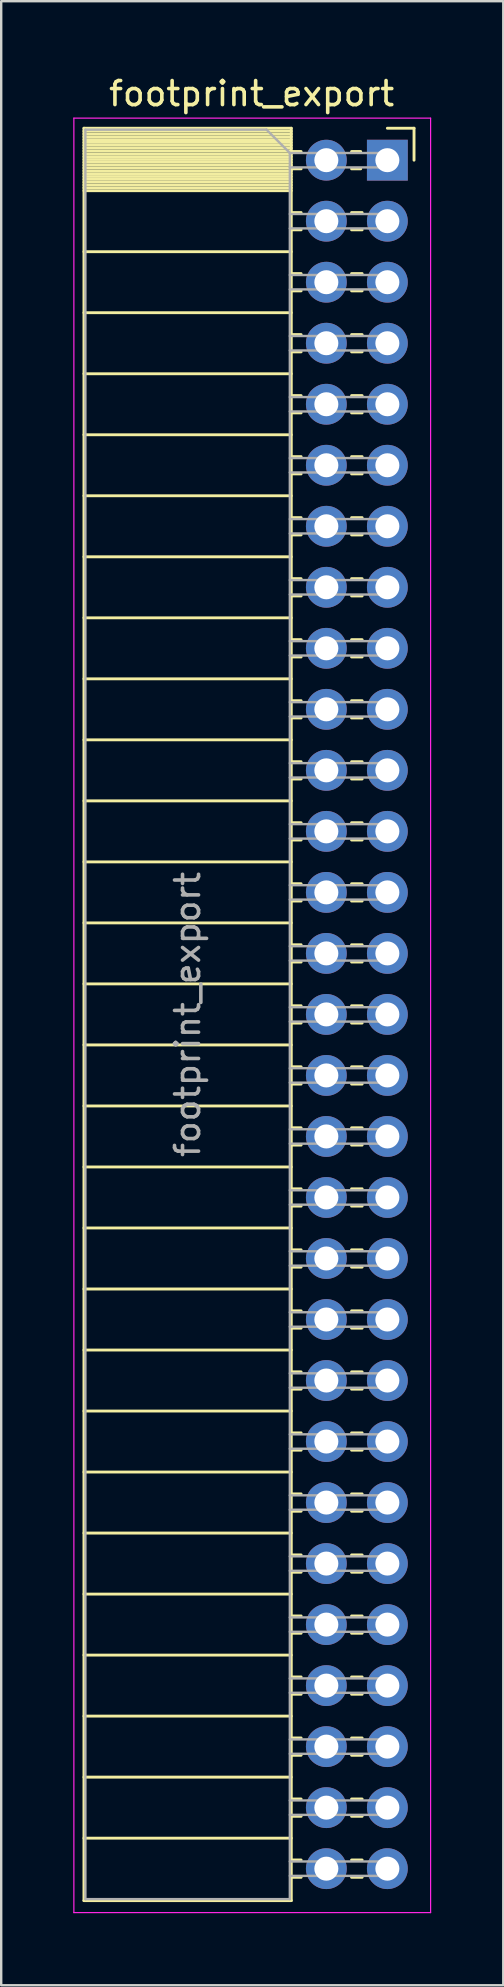
<source format=kicad_pcb>
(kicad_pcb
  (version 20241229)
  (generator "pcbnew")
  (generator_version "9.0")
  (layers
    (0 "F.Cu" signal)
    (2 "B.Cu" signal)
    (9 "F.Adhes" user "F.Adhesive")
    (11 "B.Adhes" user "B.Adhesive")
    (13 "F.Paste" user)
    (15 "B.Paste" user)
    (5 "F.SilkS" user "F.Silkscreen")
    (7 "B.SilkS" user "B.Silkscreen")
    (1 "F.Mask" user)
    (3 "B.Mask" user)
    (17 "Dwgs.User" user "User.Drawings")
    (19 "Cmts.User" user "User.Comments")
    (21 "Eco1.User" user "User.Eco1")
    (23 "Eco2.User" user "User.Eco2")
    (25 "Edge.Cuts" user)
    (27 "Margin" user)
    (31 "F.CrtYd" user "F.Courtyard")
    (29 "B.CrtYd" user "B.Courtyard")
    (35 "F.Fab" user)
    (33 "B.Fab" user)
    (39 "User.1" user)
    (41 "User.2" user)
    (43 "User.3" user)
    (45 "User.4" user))
  (footprint "footprint_export"
    (layer "F.Cu")
    (at 13.075 3.618)
    (property "Reference" "footprint_export" (at -5.65 -2.77 0) (layer "F.SilkS") (effects (font (size 1 1) (thickness 0.15))))
    (attr through_hole)
    (fp_line (start -12.63 -1.33) (end -12.63 72.45) (stroke (width 0.12) (type solid)) (layer "F.SilkS"))
    (fp_line (start -12.63 -1.33) (end -4 -1.33) (stroke (width 0.12) (type solid)) (layer "F.SilkS"))
    (fp_line (start -12.63 -1.21) (end -4 -1.21) (stroke (width 0.12) (type solid)) (layer "F.SilkS"))
    (fp_line (start -12.63 -1.092) (end -4 -1.092) (stroke (width 0.12) (type solid)) (layer "F.SilkS"))
    (fp_line (start -12.63 -0.974) (end -4 -0.974) (stroke (width 0.12) (type solid)) (layer "F.SilkS"))
    (fp_line (start -12.63 -0.856) (end -4 -0.856) (stroke (width 0.12) (type solid)) (layer "F.SilkS"))
    (fp_line (start -12.63 -0.738) (end -4 -0.738) (stroke (width 0.12) (type solid)) (layer "F.SilkS"))
    (fp_line (start -12.63 -0.62) (end -4 -0.62) (stroke (width 0.12) (type solid)) (layer "F.SilkS"))
    (fp_line (start -12.63 -0.501) (end -4 -0.501) (stroke (width 0.12) (type solid)) (layer "F.SilkS"))
    (fp_line (start -12.63 -0.383) (end -4 -0.383) (stroke (width 0.12) (type solid)) (layer "F.SilkS"))
    (fp_line (start -12.63 -0.265) (end -4 -0.265) (stroke (width 0.12) (type solid)) (layer "F.SilkS"))
    (fp_line (start -12.63 -0.147) (end -4 -0.147) (stroke (width 0.12) (type solid)) (layer "F.SilkS"))
    (fp_line (start -12.63 -0.029) (end -4 -0.029) (stroke (width 0.12) (type solid)) (layer "F.SilkS"))
    (fp_line (start -12.63 0.089) (end -4 0.089) (stroke (width 0.12) (type solid)) (layer "F.SilkS"))
    (fp_line (start -12.63 0.207) (end -4 0.207) (stroke (width 0.12) (type solid)) (layer "F.SilkS"))
    (fp_line (start -12.63 0.325) (end -4 0.325) (stroke (width 0.12) (type solid)) (layer "F.SilkS"))
    (fp_line (start -12.63 0.443) (end -4 0.443) (stroke (width 0.12) (type solid)) (layer "F.SilkS"))
    (fp_line (start -12.63 0.561) (end -4 0.561) (stroke (width 0.12) (type solid)) (layer "F.SilkS"))
    (fp_line (start -12.63 0.68) (end -4 0.68) (stroke (width 0.12) (type solid)) (layer "F.SilkS"))
    (fp_line (start -12.63 0.798) (end -4 0.798) (stroke (width 0.12) (type solid)) (layer "F.SilkS"))
    (fp_line (start -12.63 0.916) (end -4 0.916) (stroke (width 0.12) (type solid)) (layer "F.SilkS"))
    (fp_line (start -12.63 1.034) (end -4 1.034) (stroke (width 0.12) (type solid)) (layer "F.SilkS"))
    (fp_line (start -12.63 1.152) (end -4 1.152) (stroke (width 0.12) (type solid)) (layer "F.SilkS"))
    (fp_line (start -12.63 1.27) (end -4 1.27) (stroke (width 0.12) (type solid)) (layer "F.SilkS"))
    (fp_line (start -12.63 3.81) (end -4 3.81) (stroke (width 0.12) (type solid)) (layer "F.SilkS"))
    (fp_line (start -12.63 6.35) (end -4 6.35) (stroke (width 0.12) (type solid)) (layer "F.SilkS"))
    (fp_line (start -12.63 8.89) (end -4 8.89) (stroke (width 0.12) (type solid)) (layer "F.SilkS"))
    (fp_line (start -12.63 11.43) (end -4 11.43) (stroke (width 0.12) (type solid)) (layer "F.SilkS"))
    (fp_line (start -12.63 13.97) (end -4 13.97) (stroke (width 0.12) (type solid)) (layer "F.SilkS"))
    (fp_line (start -12.63 16.51) (end -4 16.51) (stroke (width 0.12) (type solid)) (layer "F.SilkS"))
    (fp_line (start -12.63 19.05) (end -4 19.05) (stroke (width 0.12) (type solid)) (layer "F.SilkS"))
    (fp_line (start -12.63 21.59) (end -4 21.59) (stroke (width 0.12) (type solid)) (layer "F.SilkS"))
    (fp_line (start -12.63 24.13) (end -4 24.13) (stroke (width 0.12) (type solid)) (layer "F.SilkS"))
    (fp_line (start -12.63 26.67) (end -4 26.67) (stroke (width 0.12) (type solid)) (layer "F.SilkS"))
    (fp_line (start -12.63 29.21) (end -4 29.21) (stroke (width 0.12) (type solid)) (layer "F.SilkS"))
    (fp_line (start -12.63 31.75) (end -4 31.75) (stroke (width 0.12) (type solid)) (layer "F.SilkS"))
    (fp_line (start -12.63 34.29) (end -4 34.29) (stroke (width 0.12) (type solid)) (layer "F.SilkS"))
    (fp_line (start -12.63 36.83) (end -4 36.83) (stroke (width 0.12) (type solid)) (layer "F.SilkS"))
    (fp_line (start -12.63 39.37) (end -4 39.37) (stroke (width 0.12) (type solid)) (layer "F.SilkS"))
    (fp_line (start -12.63 41.91) (end -4 41.91) (stroke (width 0.12) (type solid)) (layer "F.SilkS"))
    (fp_line (start -12.63 44.45) (end -4 44.45) (stroke (width 0.12) (type solid)) (layer "F.SilkS"))
    (fp_line (start -12.63 46.99) (end -4 46.99) (stroke (width 0.12) (type solid)) (layer "F.SilkS"))
    (fp_line (start -12.63 49.53) (end -4 49.53) (stroke (width 0.12) (type solid)) (layer "F.SilkS"))
    (fp_line (start -12.63 52.07) (end -4 52.07) (stroke (width 0.12) (type solid)) (layer "F.SilkS"))
    (fp_line (start -12.63 54.61) (end -4 54.61) (stroke (width 0.12) (type solid)) (layer "F.SilkS"))
    (fp_line (start -12.63 57.15) (end -4 57.15) (stroke (width 0.12) (type solid)) (layer "F.SilkS"))
    (fp_line (start -12.63 59.69) (end -4 59.69) (stroke (width 0.12) (type solid)) (layer "F.SilkS"))
    (fp_line (start -12.63 62.23) (end -4 62.23) (stroke (width 0.12) (type solid)) (layer "F.SilkS"))
    (fp_line (start -12.63 64.77) (end -4 64.77) (stroke (width 0.12) (type solid)) (layer "F.SilkS"))
    (fp_line (start -12.63 67.31) (end -4 67.31) (stroke (width 0.12) (type solid)) (layer "F.SilkS"))
    (fp_line (start -12.63 69.85) (end -4 69.85) (stroke (width 0.12) (type solid)) (layer "F.SilkS"))
    (fp_line (start -12.63 72.45) (end -4 72.45) (stroke (width 0.12) (type solid)) (layer "F.SilkS"))
    (fp_line (start -4 -1.33) (end -4 72.45) (stroke (width 0.12) (type solid)) (layer "F.SilkS"))
    (fp_line (start -4 -0.36) (end -3.59 -0.36) (stroke (width 0.12) (type solid)) (layer "F.SilkS"))
    (fp_line (start -4 0.36) (end -3.59 0.36) (stroke (width 0.12) (type solid)) (layer "F.SilkS"))
    (fp_line (start -4 2.18) (end -3.59 2.18) (stroke (width 0.12) (type solid)) (layer "F.SilkS"))
    (fp_line (start -4 2.9) (end -3.59 2.9) (stroke (width 0.12) (type solid)) (layer "F.SilkS"))
    (fp_line (start -4 4.72) (end -3.59 4.72) (stroke (width 0.12) (type solid)) (layer "F.SilkS"))
    (fp_line (start -4 5.44) (end -3.59 5.44) (stroke (width 0.12) (type solid)) (layer "F.SilkS"))
    (fp_line (start -4 7.26) (end -3.59 7.26) (stroke (width 0.12) (type solid)) (layer "F.SilkS"))
    (fp_line (start -4 7.98) (end -3.59 7.98) (stroke (width 0.12) (type solid)) (layer "F.SilkS"))
    (fp_line (start -4 9.8) (end -3.59 9.8) (stroke (width 0.12) (type solid)) (layer "F.SilkS"))
    (fp_line (start -4 10.52) (end -3.59 10.52) (stroke (width 0.12) (type solid)) (layer "F.SilkS"))
    (fp_line (start -4 12.34) (end -3.59 12.34) (stroke (width 0.12) (type solid)) (layer "F.SilkS"))
    (fp_line (start -4 13.06) (end -3.59 13.06) (stroke (width 0.12) (type solid)) (layer "F.SilkS"))
    (fp_line (start -4 14.88) (end -3.59 14.88) (stroke (width 0.12) (type solid)) (layer "F.SilkS"))
    (fp_line (start -4 15.6) (end -3.59 15.6) (stroke (width 0.12) (type solid)) (layer "F.SilkS"))
    (fp_line (start -4 17.42) (end -3.59 17.42) (stroke (width 0.12) (type solid)) (layer "F.SilkS"))
    (fp_line (start -4 18.14) (end -3.59 18.14) (stroke (width 0.12) (type solid)) (layer "F.SilkS"))
    (fp_line (start -4 19.96) (end -3.59 19.96) (stroke (width 0.12) (type solid)) (layer "F.SilkS"))
    (fp_line (start -4 20.68) (end -3.59 20.68) (stroke (width 0.12) (type solid)) (layer "F.SilkS"))
    (fp_line (start -4 22.5) (end -3.59 22.5) (stroke (width 0.12) (type solid)) (layer "F.SilkS"))
    (fp_line (start -4 23.22) (end -3.59 23.22) (stroke (width 0.12) (type solid)) (layer "F.SilkS"))
    (fp_line (start -4 25.04) (end -3.59 25.04) (stroke (width 0.12) (type solid)) (layer "F.SilkS"))
    (fp_line (start -4 25.76) (end -3.59 25.76) (stroke (width 0.12) (type solid)) (layer "F.SilkS"))
    (fp_line (start -4 27.58) (end -3.59 27.58) (stroke (width 0.12) (type solid)) (layer "F.SilkS"))
    (fp_line (start -4 28.3) (end -3.59 28.3) (stroke (width 0.12) (type solid)) (layer "F.SilkS"))
    (fp_line (start -4 30.12) (end -3.59 30.12) (stroke (width 0.12) (type solid)) (layer "F.SilkS"))
    (fp_line (start -4 30.84) (end -3.59 30.84) (stroke (width 0.12) (type solid)) (layer "F.SilkS"))
    (fp_line (start -4 32.66) (end -3.59 32.66) (stroke (width 0.12) (type solid)) (layer "F.SilkS"))
    (fp_line (start -4 33.38) (end -3.59 33.38) (stroke (width 0.12) (type solid)) (layer "F.SilkS"))
    (fp_line (start -4 35.2) (end -3.59 35.2) (stroke (width 0.12) (type solid)) (layer "F.SilkS"))
    (fp_line (start -4 35.92) (end -3.59 35.92) (stroke (width 0.12) (type solid)) (layer "F.SilkS"))
    (fp_line (start -4 37.74) (end -3.59 37.74) (stroke (width 0.12) (type solid)) (layer "F.SilkS"))
    (fp_line (start -4 38.46) (end -3.59 38.46) (stroke (width 0.12) (type solid)) (layer "F.SilkS"))
    (fp_line (start -4 40.28) (end -3.59 40.28) (stroke (width 0.12) (type solid)) (layer "F.SilkS"))
    (fp_line (start -4 41) (end -3.59 41) (stroke (width 0.12) (type solid)) (layer "F.SilkS"))
    (fp_line (start -4 42.82) (end -3.59 42.82) (stroke (width 0.12) (type solid)) (layer "F.SilkS"))
    (fp_line (start -4 43.54) (end -3.59 43.54) (stroke (width 0.12) (type solid)) (layer "F.SilkS"))
    (fp_line (start -4 45.36) (end -3.59 45.36) (stroke (width 0.12) (type solid)) (layer "F.SilkS"))
    (fp_line (start -4 46.08) (end -3.59 46.08) (stroke (width 0.12) (type solid)) (layer "F.SilkS"))
    (fp_line (start -4 47.9) (end -3.59 47.9) (stroke (width 0.12) (type solid)) (layer "F.SilkS"))
    (fp_line (start -4 48.62) (end -3.59 48.62) (stroke (width 0.12) (type solid)) (layer "F.SilkS"))
    (fp_line (start -4 50.44) (end -3.59 50.44) (stroke (width 0.12) (type solid)) (layer "F.SilkS"))
    (fp_line (start -4 51.16) (end -3.59 51.16) (stroke (width 0.12) (type solid)) (layer "F.SilkS"))
    (fp_line (start -4 52.98) (end -3.59 52.98) (stroke (width 0.12) (type solid)) (layer "F.SilkS"))
    (fp_line (start -4 53.7) (end -3.59 53.7) (stroke (width 0.12) (type solid)) (layer "F.SilkS"))
    (fp_line (start -4 55.52) (end -3.59 55.52) (stroke (width 0.12) (type solid)) (layer "F.SilkS"))
    (fp_line (start -4 56.24) (end -3.59 56.24) (stroke (width 0.12) (type solid)) (layer "F.SilkS"))
    (fp_line (start -4 58.06) (end -3.59 58.06) (stroke (width 0.12) (type solid)) (layer "F.SilkS"))
    (fp_line (start -4 58.78) (end -3.59 58.78) (stroke (width 0.12) (type solid)) (layer "F.SilkS"))
    (fp_line (start -4 60.6) (end -3.59 60.6) (stroke (width 0.12) (type solid)) (layer "F.SilkS"))
    (fp_line (start -4 61.32) (end -3.59 61.32) (stroke (width 0.12) (type solid)) (layer "F.SilkS"))
    (fp_line (start -4 63.14) (end -3.59 63.14) (stroke (width 0.12) (type solid)) (layer "F.SilkS"))
    (fp_line (start -4 63.86) (end -3.59 63.86) (stroke (width 0.12) (type solid)) (layer "F.SilkS"))
    (fp_line (start -4 65.68) (end -3.59 65.68) (stroke (width 0.12) (type solid)) (layer "F.SilkS"))
    (fp_line (start -4 66.4) (end -3.59 66.4) (stroke (width 0.12) (type solid)) (layer "F.SilkS"))
    (fp_line (start -4 68.22) (end -3.59 68.22) (stroke (width 0.12) (type solid)) (layer "F.SilkS"))
    (fp_line (start -4 68.94) (end -3.59 68.94) (stroke (width 0.12) (type solid)) (layer "F.SilkS"))
    (fp_line (start -4 70.76) (end -3.59 70.76) (stroke (width 0.12) (type solid)) (layer "F.SilkS"))
    (fp_line (start -4 71.48) (end -3.59 71.48) (stroke (width 0.12) (type solid)) (layer "F.SilkS"))
    (fp_line (start -1.49 -0.36) (end -1.11 -0.36) (stroke (width 0.12) (type solid)) (layer "F.SilkS"))
    (fp_line (start -1.49 0.36) (end -1.11 0.36) (stroke (width 0.12) (type solid)) (layer "F.SilkS"))
    (fp_line (start -1.49 2.18) (end -1.05 2.18) (stroke (width 0.12) (type solid)) (layer "F.SilkS"))
    (fp_line (start -1.49 2.9) (end -1.05 2.9) (stroke (width 0.12) (type solid)) (layer "F.SilkS"))
    (fp_line (start -1.49 4.72) (end -1.05 4.72) (stroke (width 0.12) (type solid)) (layer "F.SilkS"))
    (fp_line (start -1.49 5.44) (end -1.05 5.44) (stroke (width 0.12) (type solid)) (layer "F.SilkS"))
    (fp_line (start -1.49 7.26) (end -1.05 7.26) (stroke (width 0.12) (type solid)) (layer "F.SilkS"))
    (fp_line (start -1.49 7.98) (end -1.05 7.98) (stroke (width 0.12) (type solid)) (layer "F.SilkS"))
    (fp_line (start -1.49 9.8) (end -1.05 9.8) (stroke (width 0.12) (type solid)) (layer "F.SilkS"))
    (fp_line (start -1.49 10.52) (end -1.05 10.52) (stroke (width 0.12) (type solid)) (layer "F.SilkS"))
    (fp_line (start -1.49 12.34) (end -1.05 12.34) (stroke (width 0.12) (type solid)) (layer "F.SilkS"))
    (fp_line (start -1.49 13.06) (end -1.05 13.06) (stroke (width 0.12) (type solid)) (layer "F.SilkS"))
    (fp_line (start -1.49 14.88) (end -1.05 14.88) (stroke (width 0.12) (type solid)) (layer "F.SilkS"))
    (fp_line (start -1.49 15.6) (end -1.05 15.6) (stroke (width 0.12) (type solid)) (layer "F.SilkS"))
    (fp_line (start -1.49 17.42) (end -1.05 17.42) (stroke (width 0.12) (type solid)) (layer "F.SilkS"))
    (fp_line (start -1.49 18.14) (end -1.05 18.14) (stroke (width 0.12) (type solid)) (layer "F.SilkS"))
    (fp_line (start -1.49 19.96) (end -1.05 19.96) (stroke (width 0.12) (type solid)) (layer "F.SilkS"))
    (fp_line (start -1.49 20.68) (end -1.05 20.68) (stroke (width 0.12) (type solid)) (layer "F.SilkS"))
    (fp_line (start -1.49 22.5) (end -1.05 22.5) (stroke (width 0.12) (type solid)) (layer "F.SilkS"))
    (fp_line (start -1.49 23.22) (end -1.05 23.22) (stroke (width 0.12) (type solid)) (layer "F.SilkS"))
    (fp_line (start -1.49 25.04) (end -1.05 25.04) (stroke (width 0.12) (type solid)) (layer "F.SilkS"))
    (fp_line (start -1.49 25.76) (end -1.05 25.76) (stroke (width 0.12) (type solid)) (layer "F.SilkS"))
    (fp_line (start -1.49 27.58) (end -1.05 27.58) (stroke (width 0.12) (type solid)) (layer "F.SilkS"))
    (fp_line (start -1.49 28.3) (end -1.05 28.3) (stroke (width 0.12) (type solid)) (layer "F.SilkS"))
    (fp_line (start -1.49 30.12) (end -1.05 30.12) (stroke (width 0.12) (type solid)) (layer "F.SilkS"))
    (fp_line (start -1.49 30.84) (end -1.05 30.84) (stroke (width 0.12) (type solid)) (layer "F.SilkS"))
    (fp_line (start -1.49 32.66) (end -1.05 32.66) (stroke (width 0.12) (type solid)) (layer "F.SilkS"))
    (fp_line (start -1.49 33.38) (end -1.05 33.38) (stroke (width 0.12) (type solid)) (layer "F.SilkS"))
    (fp_line (start -1.49 35.2) (end -1.05 35.2) (stroke (width 0.12) (type solid)) (layer "F.SilkS"))
    (fp_line (start -1.49 35.92) (end -1.05 35.92) (stroke (width 0.12) (type solid)) (layer "F.SilkS"))
    (fp_line (start -1.49 37.74) (end -1.05 37.74) (stroke (width 0.12) (type solid)) (layer "F.SilkS"))
    (fp_line (start -1.49 38.46) (end -1.05 38.46) (stroke (width 0.12) (type solid)) (layer "F.SilkS"))
    (fp_line (start -1.49 40.28) (end -1.05 40.28) (stroke (width 0.12) (type solid)) (layer "F.SilkS"))
    (fp_line (start -1.49 41) (end -1.05 41) (stroke (width 0.12) (type solid)) (layer "F.SilkS"))
    (fp_line (start -1.49 42.82) (end -1.05 42.82) (stroke (width 0.12) (type solid)) (layer "F.SilkS"))
    (fp_line (start -1.49 43.54) (end -1.05 43.54) (stroke (width 0.12) (type solid)) (layer "F.SilkS"))
    (fp_line (start -1.49 45.36) (end -1.05 45.36) (stroke (width 0.12) (type solid)) (layer "F.SilkS"))
    (fp_line (start -1.49 46.08) (end -1.05 46.08) (stroke (width 0.12) (type solid)) (layer "F.SilkS"))
    (fp_line (start -1.49 47.9) (end -1.05 47.9) (stroke (width 0.12) (type solid)) (layer "F.SilkS"))
    (fp_line (start -1.49 48.62) (end -1.05 48.62) (stroke (width 0.12) (type solid)) (layer "F.SilkS"))
    (fp_line (start -1.49 50.44) (end -1.05 50.44) (stroke (width 0.12) (type solid)) (layer "F.SilkS"))
    (fp_line (start -1.49 51.16) (end -1.05 51.16) (stroke (width 0.12) (type solid)) (layer "F.SilkS"))
    (fp_line (start -1.49 52.98) (end -1.05 52.98) (stroke (width 0.12) (type solid)) (layer "F.SilkS"))
    (fp_line (start -1.49 53.7) (end -1.05 53.7) (stroke (width 0.12) (type solid)) (layer "F.SilkS"))
    (fp_line (start -1.49 55.52) (end -1.05 55.52) (stroke (width 0.12) (type solid)) (layer "F.SilkS"))
    (fp_line (start -1.49 56.24) (end -1.05 56.24) (stroke (width 0.12) (type solid)) (layer "F.SilkS"))
    (fp_line (start -1.49 58.06) (end -1.05 58.06) (stroke (width 0.12) (type solid)) (layer "F.SilkS"))
    (fp_line (start -1.49 58.78) (end -1.05 58.78) (stroke (width 0.12) (type solid)) (layer "F.SilkS"))
    (fp_line (start -1.49 60.6) (end -1.05 60.6) (stroke (width 0.12) (type solid)) (layer "F.SilkS"))
    (fp_line (start -1.49 61.32) (end -1.05 61.32) (stroke (width 0.12) (type solid)) (layer "F.SilkS"))
    (fp_line (start -1.49 63.14) (end -1.05 63.14) (stroke (width 0.12) (type solid)) (layer "F.SilkS"))
    (fp_line (start -1.49 63.86) (end -1.05 63.86) (stroke (width 0.12) (type solid)) (layer "F.SilkS"))
    (fp_line (start -1.49 65.68) (end -1.05 65.68) (stroke (width 0.12) (type solid)) (layer "F.SilkS"))
    (fp_line (start -1.49 66.4) (end -1.05 66.4) (stroke (width 0.12) (type solid)) (layer "F.SilkS"))
    (fp_line (start -1.49 68.22) (end -1.05 68.22) (stroke (width 0.12) (type solid)) (layer "F.SilkS"))
    (fp_line (start -1.49 68.94) (end -1.05 68.94) (stroke (width 0.12) (type solid)) (layer "F.SilkS"))
    (fp_line (start -1.49 70.76) (end -1.05 70.76) (stroke (width 0.12) (type solid)) (layer "F.SilkS"))
    (fp_line (start -1.49 71.48) (end -1.05 71.48) (stroke (width 0.12) (type solid)) (layer "F.SilkS"))
    (fp_line (start 0 -1.33) (end 1.11 -1.33) (stroke (width 0.12) (type solid)) (layer "F.SilkS"))
    (fp_line (start 1.11 -1.33) (end 1.11 0) (stroke (width 0.12) (type solid)) (layer "F.SilkS"))
    (fp_line (start -13.05 -1.75) (end -13.05 72.95) (stroke (width 0.05) (type solid)) (layer "F.CrtYd"))
    (fp_line (start -13.05 72.95) (end 1.8 72.95) (stroke (width 0.05) (type solid)) (layer "F.CrtYd"))
    (fp_line (start 1.8 -1.75) (end -13.05 -1.75) (stroke (width 0.05) (type solid)) (layer "F.CrtYd"))
    (fp_line (start 1.8 72.95) (end 1.8 -1.75) (stroke (width 0.05) (type solid)) (layer "F.CrtYd"))
    (fp_line (start -12.57 -1.27) (end -5.03 -1.27) (stroke (width 0.1) (type solid)) (layer "F.Fab"))
    (fp_line (start -12.57 72.39) (end -12.57 -1.27) (stroke (width 0.1) (type solid)) (layer "F.Fab"))
    (fp_line (start -5.03 -1.27) (end -4.06 -0.3) (stroke (width 0.1) (type solid)) (layer "F.Fab"))
    (fp_line (start -4.06 -0.3) (end -4.06 72.39) (stroke (width 0.1) (type solid)) (layer "F.Fab"))
    (fp_line (start -4.06 0.3) (end 0 0.3) (stroke (width 0.1) (type solid)) (layer "F.Fab"))
    (fp_line (start -4.06 2.84) (end 0 2.84) (stroke (width 0.1) (type solid)) (layer "F.Fab"))
    (fp_line (start -4.06 5.38) (end 0 5.38) (stroke (width 0.1) (type solid)) (layer "F.Fab"))
    (fp_line (start -4.06 7.92) (end 0 7.92) (stroke (width 0.1) (type solid)) (layer "F.Fab"))
    (fp_line (start -4.06 10.46) (end 0 10.46) (stroke (width 0.1) (type solid)) (layer "F.Fab"))
    (fp_line (start -4.06 13) (end 0 13) (stroke (width 0.1) (type solid)) (layer "F.Fab"))
    (fp_line (start -4.06 15.54) (end 0 15.54) (stroke (width 0.1) (type solid)) (layer "F.Fab"))
    (fp_line (start -4.06 18.08) (end 0 18.08) (stroke (width 0.1) (type solid)) (layer "F.Fab"))
    (fp_line (start -4.06 20.62) (end 0 20.62) (stroke (width 0.1) (type solid)) (layer "F.Fab"))
    (fp_line (start -4.06 23.16) (end 0 23.16) (stroke (width 0.1) (type solid)) (layer "F.Fab"))
    (fp_line (start -4.06 25.7) (end 0 25.7) (stroke (width 0.1) (type solid)) (layer "F.Fab"))
    (fp_line (start -4.06 28.24) (end 0 28.24) (stroke (width 0.1) (type solid)) (layer "F.Fab"))
    (fp_line (start -4.06 30.78) (end 0 30.78) (stroke (width 0.1) (type solid)) (layer "F.Fab"))
    (fp_line (start -4.06 33.32) (end 0 33.32) (stroke (width 0.1) (type solid)) (layer "F.Fab"))
    (fp_line (start -4.06 35.86) (end 0 35.86) (stroke (width 0.1) (type solid)) (layer "F.Fab"))
    (fp_line (start -4.06 38.4) (end 0 38.4) (stroke (width 0.1) (type solid)) (layer "F.Fab"))
    (fp_line (start -4.06 40.94) (end 0 40.94) (stroke (width 0.1) (type solid)) (layer "F.Fab"))
    (fp_line (start -4.06 43.48) (end 0 43.48) (stroke (width 0.1) (type solid)) (layer "F.Fab"))
    (fp_line (start -4.06 46.02) (end 0 46.02) (stroke (width 0.1) (type solid)) (layer "F.Fab"))
    (fp_line (start -4.06 48.56) (end 0 48.56) (stroke (width 0.1) (type solid)) (layer "F.Fab"))
    (fp_line (start -4.06 51.1) (end 0 51.1) (stroke (width 0.1) (type solid)) (layer "F.Fab"))
    (fp_line (start -4.06 53.64) (end 0 53.64) (stroke (width 0.1) (type solid)) (layer "F.Fab"))
    (fp_line (start -4.06 56.18) (end 0 56.18) (stroke (width 0.1) (type solid)) (layer "F.Fab"))
    (fp_line (start -4.06 58.72) (end 0 58.72) (stroke (width 0.1) (type solid)) (layer "F.Fab"))
    (fp_line (start -4.06 61.26) (end 0 61.26) (stroke (width 0.1) (type solid)) (layer "F.Fab"))
    (fp_line (start -4.06 63.8) (end 0 63.8) (stroke (width 0.1) (type solid)) (layer "F.Fab"))
    (fp_line (start -4.06 66.34) (end 0 66.34) (stroke (width 0.1) (type solid)) (layer "F.Fab"))
    (fp_line (start -4.06 68.88) (end 0 68.88) (stroke (width 0.1) (type solid)) (layer "F.Fab"))
    (fp_line (start -4.06 71.42) (end 0 71.42) (stroke (width 0.1) (type solid)) (layer "F.Fab"))
    (fp_line (start -4.06 72.39) (end -12.57 72.39) (stroke (width 0.1) (type solid)) (layer "F.Fab"))
    (fp_line (start 0 -0.3) (end -4.06 -0.3) (stroke (width 0.1) (type solid)) (layer "F.Fab"))
    (fp_line (start 0 0.3) (end 0 -0.3) (stroke (width 0.1) (type solid)) (layer "F.Fab"))
    (fp_line (start 0 2.24) (end -4.06 2.24) (stroke (width 0.1) (type solid)) (layer "F.Fab"))
    (fp_line (start 0 2.84) (end 0 2.24) (stroke (width 0.1) (type solid)) (layer "F.Fab"))
    (fp_line (start 0 4.78) (end -4.06 4.78) (stroke (width 0.1) (type solid)) (layer "F.Fab"))
    (fp_line (start 0 5.38) (end 0 4.78) (stroke (width 0.1) (type solid)) (layer "F.Fab"))
    (fp_line (start 0 7.32) (end -4.06 7.32) (stroke (width 0.1) (type solid)) (layer "F.Fab"))
    (fp_line (start 0 7.92) (end 0 7.32) (stroke (width 0.1) (type solid)) (layer "F.Fab"))
    (fp_line (start 0 9.86) (end -4.06 9.86) (stroke (width 0.1) (type solid)) (layer "F.Fab"))
    (fp_line (start 0 10.46) (end 0 9.86) (stroke (width 0.1) (type solid)) (layer "F.Fab"))
    (fp_line (start 0 12.4) (end -4.06 12.4) (stroke (width 0.1) (type solid)) (layer "F.Fab"))
    (fp_line (start 0 13) (end 0 12.4) (stroke (width 0.1) (type solid)) (layer "F.Fab"))
    (fp_line (start 0 14.94) (end -4.06 14.94) (stroke (width 0.1) (type solid)) (layer "F.Fab"))
    (fp_line (start 0 15.54) (end 0 14.94) (stroke (width 0.1) (type solid)) (layer "F.Fab"))
    (fp_line (start 0 17.48) (end -4.06 17.48) (stroke (width 0.1) (type solid)) (layer "F.Fab"))
    (fp_line (start 0 18.08) (end 0 17.48) (stroke (width 0.1) (type solid)) (layer "F.Fab"))
    (fp_line (start 0 20.02) (end -4.06 20.02) (stroke (width 0.1) (type solid)) (layer "F.Fab"))
    (fp_line (start 0 20.62) (end 0 20.02) (stroke (width 0.1) (type solid)) (layer "F.Fab"))
    (fp_line (start 0 22.56) (end -4.06 22.56) (stroke (width 0.1) (type solid)) (layer "F.Fab"))
    (fp_line (start 0 23.16) (end 0 22.56) (stroke (width 0.1) (type solid)) (layer "F.Fab"))
    (fp_line (start 0 25.1) (end -4.06 25.1) (stroke (width 0.1) (type solid)) (layer "F.Fab"))
    (fp_line (start 0 25.7) (end 0 25.1) (stroke (width 0.1) (type solid)) (layer "F.Fab"))
    (fp_line (start 0 27.64) (end -4.06 27.64) (stroke (width 0.1) (type solid)) (layer "F.Fab"))
    (fp_line (start 0 28.24) (end 0 27.64) (stroke (width 0.1) (type solid)) (layer "F.Fab"))
    (fp_line (start 0 30.18) (end -4.06 30.18) (stroke (width 0.1) (type solid)) (layer "F.Fab"))
    (fp_line (start 0 30.78) (end 0 30.18) (stroke (width 0.1) (type solid)) (layer "F.Fab"))
    (fp_line (start 0 32.72) (end -4.06 32.72) (stroke (width 0.1) (type solid)) (layer "F.Fab"))
    (fp_line (start 0 33.32) (end 0 32.72) (stroke (width 0.1) (type solid)) (layer "F.Fab"))
    (fp_line (start 0 35.26) (end -4.06 35.26) (stroke (width 0.1) (type solid)) (layer "F.Fab"))
    (fp_line (start 0 35.86) (end 0 35.26) (stroke (width 0.1) (type solid)) (layer "F.Fab"))
    (fp_line (start 0 37.8) (end -4.06 37.8) (stroke (width 0.1) (type solid)) (layer "F.Fab"))
    (fp_line (start 0 38.4) (end 0 37.8) (stroke (width 0.1) (type solid)) (layer "F.Fab"))
    (fp_line (start 0 40.34) (end -4.06 40.34) (stroke (width 0.1) (type solid)) (layer "F.Fab"))
    (fp_line (start 0 40.94) (end 0 40.34) (stroke (width 0.1) (type solid)) (layer "F.Fab"))
    (fp_line (start 0 42.88) (end -4.06 42.88) (stroke (width 0.1) (type solid)) (layer "F.Fab"))
    (fp_line (start 0 43.48) (end 0 42.88) (stroke (width 0.1) (type solid)) (layer "F.Fab"))
    (fp_line (start 0 45.42) (end -4.06 45.42) (stroke (width 0.1) (type solid)) (layer "F.Fab"))
    (fp_line (start 0 46.02) (end 0 45.42) (stroke (width 0.1) (type solid)) (layer "F.Fab"))
    (fp_line (start 0 47.96) (end -4.06 47.96) (stroke (width 0.1) (type solid)) (layer "F.Fab"))
    (fp_line (start 0 48.56) (end 0 47.96) (stroke (width 0.1) (type solid)) (layer "F.Fab"))
    (fp_line (start 0 50.5) (end -4.06 50.5) (stroke (width 0.1) (type solid)) (layer "F.Fab"))
    (fp_line (start 0 51.1) (end 0 50.5) (stroke (width 0.1) (type solid)) (layer "F.Fab"))
    (fp_line (start 0 53.04) (end -4.06 53.04) (stroke (width 0.1) (type solid)) (layer "F.Fab"))
    (fp_line (start 0 53.64) (end 0 53.04) (stroke (width 0.1) (type solid)) (layer "F.Fab"))
    (fp_line (start 0 55.58) (end -4.06 55.58) (stroke (width 0.1) (type solid)) (layer "F.Fab"))
    (fp_line (start 0 56.18) (end 0 55.58) (stroke (width 0.1) (type solid)) (layer "F.Fab"))
    (fp_line (start 0 58.12) (end -4.06 58.12) (stroke (width 0.1) (type solid)) (layer "F.Fab"))
    (fp_line (start 0 58.72) (end 0 58.12) (stroke (width 0.1) (type solid)) (layer "F.Fab"))
    (fp_line (start 0 60.66) (end -4.06 60.66) (stroke (width 0.1) (type solid)) (layer "F.Fab"))
    (fp_line (start 0 61.26) (end 0 60.66) (stroke (width 0.1) (type solid)) (layer "F.Fab"))
    (fp_line (start 0 63.2) (end -4.06 63.2) (stroke (width 0.1) (type solid)) (layer "F.Fab"))
    (fp_line (start 0 63.8) (end 0 63.2) (stroke (width 0.1) (type solid)) (layer "F.Fab"))
    (fp_line (start 0 65.74) (end -4.06 65.74) (stroke (width 0.1) (type solid)) (layer "F.Fab"))
    (fp_line (start 0 66.34) (end 0 65.74) (stroke (width 0.1) (type solid)) (layer "F.Fab"))
    (fp_line (start 0 68.28) (end -4.06 68.28) (stroke (width 0.1) (type solid)) (layer "F.Fab"))
    (fp_line (start 0 68.88) (end 0 68.28) (stroke (width 0.1) (type solid)) (layer "F.Fab"))
    (fp_line (start 0 70.82) (end -4.06 70.82) (stroke (width 0.1) (type solid)) (layer "F.Fab"))
    (fp_line (start 0 71.42) (end 0 70.82) (stroke (width 0.1) (type solid)) (layer "F.Fab"))
    (fp_text user "${REFERENCE}" (at -8.315 35.56 90) (layer "F.Fab") (effects (font (size 1 1) (thickness 0.15))))
    (pad "1" thru_hole rect (at 0 0) (size 1.7 1.7) (drill 1) (layers "*.Cu" "*.Mask"))
    (pad "2" thru_hole oval (at -2.54 0) (size 1.7 1.7) (drill 1) (layers "*.Cu" "*.Mask"))
    (pad "3" thru_hole oval (at 0 2.54) (size 1.7 1.7) (drill 1) (layers "*.Cu" "*.Mask"))
    (pad "4" thru_hole oval (at -2.54 2.54) (size 1.7 1.7) (drill 1) (layers "*.Cu" "*.Mask"))
    (pad "5" thru_hole oval (at 0 5.08) (size 1.7 1.7) (drill 1) (layers "*.Cu" "*.Mask"))
    (pad "6" thru_hole oval (at -2.54 5.08) (size 1.7 1.7) (drill 1) (layers "*.Cu" "*.Mask"))
    (pad "7" thru_hole oval (at 0 7.62) (size 1.7 1.7) (drill 1) (layers "*.Cu" "*.Mask"))
    (pad "8" thru_hole oval (at -2.54 7.62) (size 1.7 1.7) (drill 1) (layers "*.Cu" "*.Mask"))
    (pad "9" thru_hole oval (at 0 10.16) (size 1.7 1.7) (drill 1) (layers "*.Cu" "*.Mask"))
    (pad "10" thru_hole oval (at -2.54 10.16) (size 1.7 1.7) (drill 1) (layers "*.Cu" "*.Mask"))
    (pad "11" thru_hole oval (at 0 12.7) (size 1.7 1.7) (drill 1) (layers "*.Cu" "*.Mask"))
    (pad "12" thru_hole oval (at -2.54 12.7) (size 1.7 1.7) (drill 1) (layers "*.Cu" "*.Mask"))
    (pad "13" thru_hole oval (at 0 15.24) (size 1.7 1.7) (drill 1) (layers "*.Cu" "*.Mask"))
    (pad "14" thru_hole oval (at -2.54 15.24) (size 1.7 1.7) (drill 1) (layers "*.Cu" "*.Mask"))
    (pad "15" thru_hole oval (at 0 17.78) (size 1.7 1.7) (drill 1) (layers "*.Cu" "*.Mask"))
    (pad "16" thru_hole oval (at -2.54 17.78) (size 1.7 1.7) (drill 1) (layers "*.Cu" "*.Mask"))
    (pad "17" thru_hole oval (at 0 20.32) (size 1.7 1.7) (drill 1) (layers "*.Cu" "*.Mask"))
    (pad "18" thru_hole oval (at -2.54 20.32) (size 1.7 1.7) (drill 1) (layers "*.Cu" "*.Mask"))
    (pad "19" thru_hole oval (at 0 22.86) (size 1.7 1.7) (drill 1) (layers "*.Cu" "*.Mask"))
    (pad "20" thru_hole oval (at -2.54 22.86) (size 1.7 1.7) (drill 1) (layers "*.Cu" "*.Mask"))
    (pad "21" thru_hole oval (at 0 25.4) (size 1.7 1.7) (drill 1) (layers "*.Cu" "*.Mask"))
    (pad "22" thru_hole oval (at -2.54 25.4) (size 1.7 1.7) (drill 1) (layers "*.Cu" "*.Mask"))
    (pad "23" thru_hole oval (at 0 27.94) (size 1.7 1.7) (drill 1) (layers "*.Cu" "*.Mask"))
    (pad "24" thru_hole oval (at -2.54 27.94) (size 1.7 1.7) (drill 1) (layers "*.Cu" "*.Mask"))
    (pad "25" thru_hole oval (at 0 30.48) (size 1.7 1.7) (drill 1) (layers "*.Cu" "*.Mask"))
    (pad "26" thru_hole oval (at -2.54 30.48) (size 1.7 1.7) (drill 1) (layers "*.Cu" "*.Mask"))
    (pad "27" thru_hole oval (at 0 33.02) (size 1.7 1.7) (drill 1) (layers "*.Cu" "*.Mask"))
    (pad "28" thru_hole oval (at -2.54 33.02) (size 1.7 1.7) (drill 1) (layers "*.Cu" "*.Mask"))
    (pad "29" thru_hole oval (at 0 35.56) (size 1.7 1.7) (drill 1) (layers "*.Cu" "*.Mask"))
    (pad "30" thru_hole oval (at -2.54 35.56) (size 1.7 1.7) (drill 1) (layers "*.Cu" "*.Mask"))
    (pad "31" thru_hole oval (at 0 38.1) (size 1.7 1.7) (drill 1) (layers "*.Cu" "*.Mask"))
    (pad "32" thru_hole oval (at -2.54 38.1) (size 1.7 1.7) (drill 1) (layers "*.Cu" "*.Mask"))
    (pad "33" thru_hole oval (at 0 40.64) (size 1.7 1.7) (drill 1) (layers "*.Cu" "*.Mask"))
    (pad "34" thru_hole oval (at -2.54 40.64) (size 1.7 1.7) (drill 1) (layers "*.Cu" "*.Mask"))
    (pad "35" thru_hole oval (at 0 43.18) (size 1.7 1.7) (drill 1) (layers "*.Cu" "*.Mask"))
    (pad "36" thru_hole oval (at -2.54 43.18) (size 1.7 1.7) (drill 1) (layers "*.Cu" "*.Mask"))
    (pad "37" thru_hole oval (at 0 45.72) (size 1.7 1.7) (drill 1) (layers "*.Cu" "*.Mask"))
    (pad "38" thru_hole oval (at -2.54 45.72) (size 1.7 1.7) (drill 1) (layers "*.Cu" "*.Mask"))
    (pad "39" thru_hole oval (at 0 48.26) (size 1.7 1.7) (drill 1) (layers "*.Cu" "*.Mask"))
    (pad "40" thru_hole oval (at -2.54 48.26) (size 1.7 1.7) (drill 1) (layers "*.Cu" "*.Mask"))
    (pad "41" thru_hole oval (at 0 50.8) (size 1.7 1.7) (drill 1) (layers "*.Cu" "*.Mask"))
    (pad "42" thru_hole oval (at -2.54 50.8) (size 1.7 1.7) (drill 1) (layers "*.Cu" "*.Mask"))
    (pad "43" thru_hole oval (at 0 53.34) (size 1.7 1.7) (drill 1) (layers "*.Cu" "*.Mask"))
    (pad "44" thru_hole oval (at -2.54 53.34) (size 1.7 1.7) (drill 1) (layers "*.Cu" "*.Mask"))
    (pad "45" thru_hole oval (at 0 55.88) (size 1.7 1.7) (drill 1) (layers "*.Cu" "*.Mask"))
    (pad "46" thru_hole oval (at -2.54 55.88) (size 1.7 1.7) (drill 1) (layers "*.Cu" "*.Mask"))
    (pad "47" thru_hole oval (at 0 58.42) (size 1.7 1.7) (drill 1) (layers "*.Cu" "*.Mask"))
    (pad "48" thru_hole oval (at -2.54 58.42) (size 1.7 1.7) (drill 1) (layers "*.Cu" "*.Mask"))
    (pad "49" thru_hole oval (at 0 60.96) (size 1.7 1.7) (drill 1) (layers "*.Cu" "*.Mask"))
    (pad "50" thru_hole oval (at -2.54 60.96) (size 1.7 1.7) (drill 1) (layers "*.Cu" "*.Mask"))
    (pad "51" thru_hole oval (at 0 63.5) (size 1.7 1.7) (drill 1) (layers "*.Cu" "*.Mask"))
    (pad "52" thru_hole oval (at -2.54 63.5) (size 1.7 1.7) (drill 1) (layers "*.Cu" "*.Mask"))
    (pad "53" thru_hole oval (at 0 66.04) (size 1.7 1.7) (drill 1) (layers "*.Cu" "*.Mask"))
    (pad "54" thru_hole oval (at -2.54 66.04) (size 1.7 1.7) (drill 1) (layers "*.Cu" "*.Mask"))
    (pad "55" thru_hole oval (at 0 68.58) (size 1.7 1.7) (drill 1) (layers "*.Cu" "*.Mask"))
    (pad "56" thru_hole oval (at -2.54 68.58) (size 1.7 1.7) (drill 1) (layers "*.Cu" "*.Mask"))
    (pad "57" thru_hole oval (at 0 71.12) (size 1.7 1.7) (drill 1) (layers "*.Cu" "*.Mask"))
    (pad "58" thru_hole oval (at -2.54 71.12) (size 1.7 1.7) (drill 1) (layers "*.Cu" "*.Mask")))
  (gr_rect
    (start -3 -3)
    (end 17.9 79.593)
    (stroke (width 0.1) (type default))
    (fill no)
    (layer "Edge.Cuts")))
</source>
